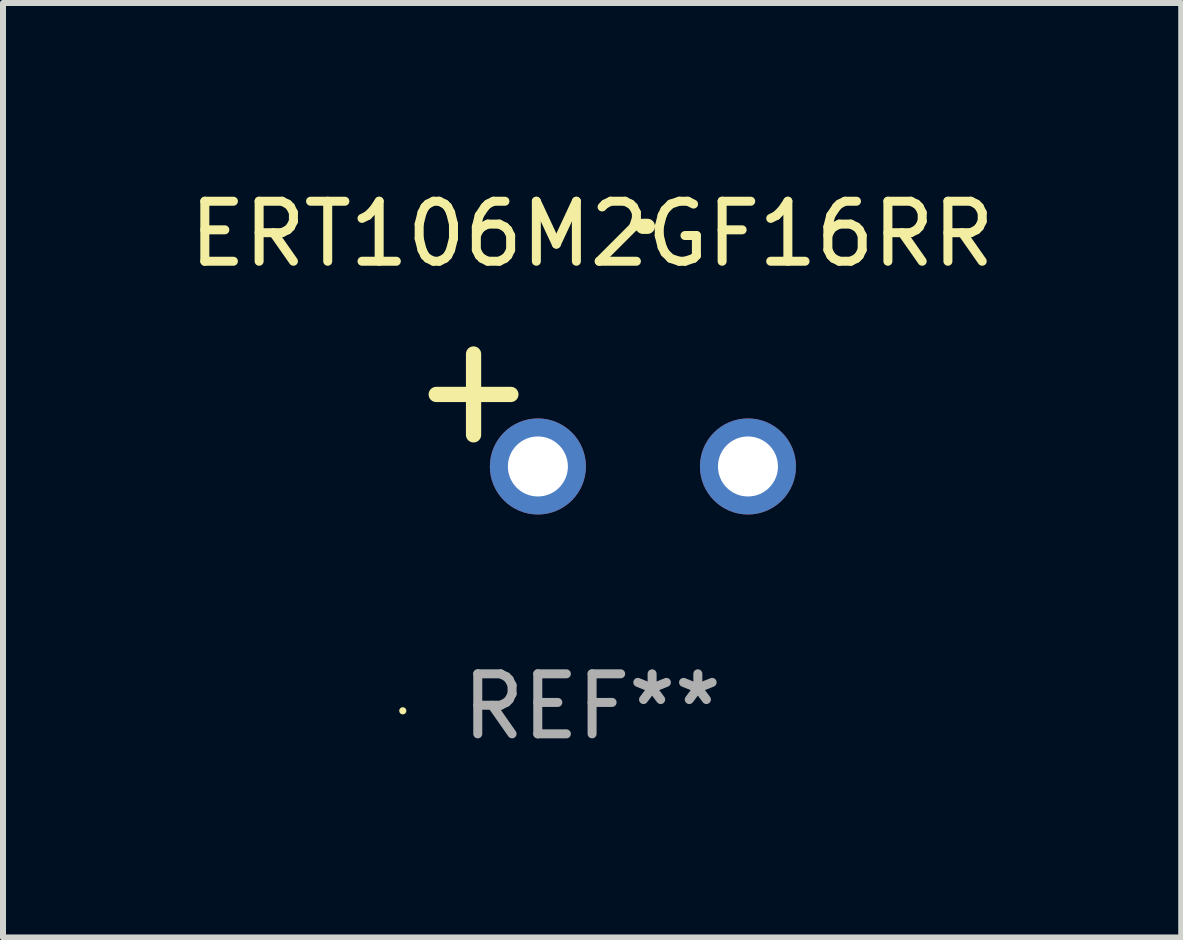
<source format=kicad_pcb>
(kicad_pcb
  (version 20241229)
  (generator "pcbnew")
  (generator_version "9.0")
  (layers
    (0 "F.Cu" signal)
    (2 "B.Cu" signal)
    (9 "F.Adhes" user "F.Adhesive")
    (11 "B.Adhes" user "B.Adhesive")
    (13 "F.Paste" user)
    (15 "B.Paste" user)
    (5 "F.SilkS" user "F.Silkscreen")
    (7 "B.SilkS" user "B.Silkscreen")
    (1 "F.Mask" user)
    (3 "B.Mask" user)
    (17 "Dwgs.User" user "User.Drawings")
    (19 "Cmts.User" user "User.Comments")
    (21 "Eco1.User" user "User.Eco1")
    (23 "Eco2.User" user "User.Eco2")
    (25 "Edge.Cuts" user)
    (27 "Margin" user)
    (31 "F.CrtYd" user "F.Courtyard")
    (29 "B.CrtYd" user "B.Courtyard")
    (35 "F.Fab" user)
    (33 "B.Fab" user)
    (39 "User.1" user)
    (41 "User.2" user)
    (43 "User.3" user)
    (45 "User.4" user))
  (footprint "ERT106M2GF16RR"
    (layer "F.Cu")
    (at 6.815 3.785)
    (property "Reference" "ERT106M2GF16RR" (at 0 -2.937 0) (layer "F.SilkS") (effects (font (size 1 1) (thickness 0.15))))
    (attr through_hole)
    (fp_line (start -1.975 0.41) (end -1.975 -0.937) (stroke (width 0.254) (type solid)) (layer "F.SilkS"))
    (fp_line (start -1.353 -0.263) (end -2.597 -0.263) (stroke (width 0.254) (type solid)) (layer "F.SilkS"))
    (fp_arc (start 0.849809 -3.063957) (mid 0.885369 -3.064114) (end 0.920929 -3.063957) (stroke (width 0.254001) (type solid)) (layer "F.SilkS"))
    (fp_circle (center -3.154 5.008) (end -3.124 5.008) (stroke (width 0.06) (type solid)) (fill no) (layer "F.SilkS"))
    (fp_text user "REF**" (at 0 4.937 0) (layer "F.Fab") (effects (font (size 1 1) (thickness 0.15))))
    (pad "1" thru_hole circle (at -0.903 0.937) (size 1.6 1.6) (drill 1) (layers "*.Cu" "*.Mask"))
    (pad "2" thru_hole circle (at 2.597 0.937) (size 1.6 1.6) (drill 1) (layers "*.Cu" "*.Mask")))
  (gr_rect
    (start -3 -3)
    (end 16.631 12.57)
    (stroke (width 0.1) (type default))
    (fill no)
    (layer "Edge.Cuts")))
</source>
